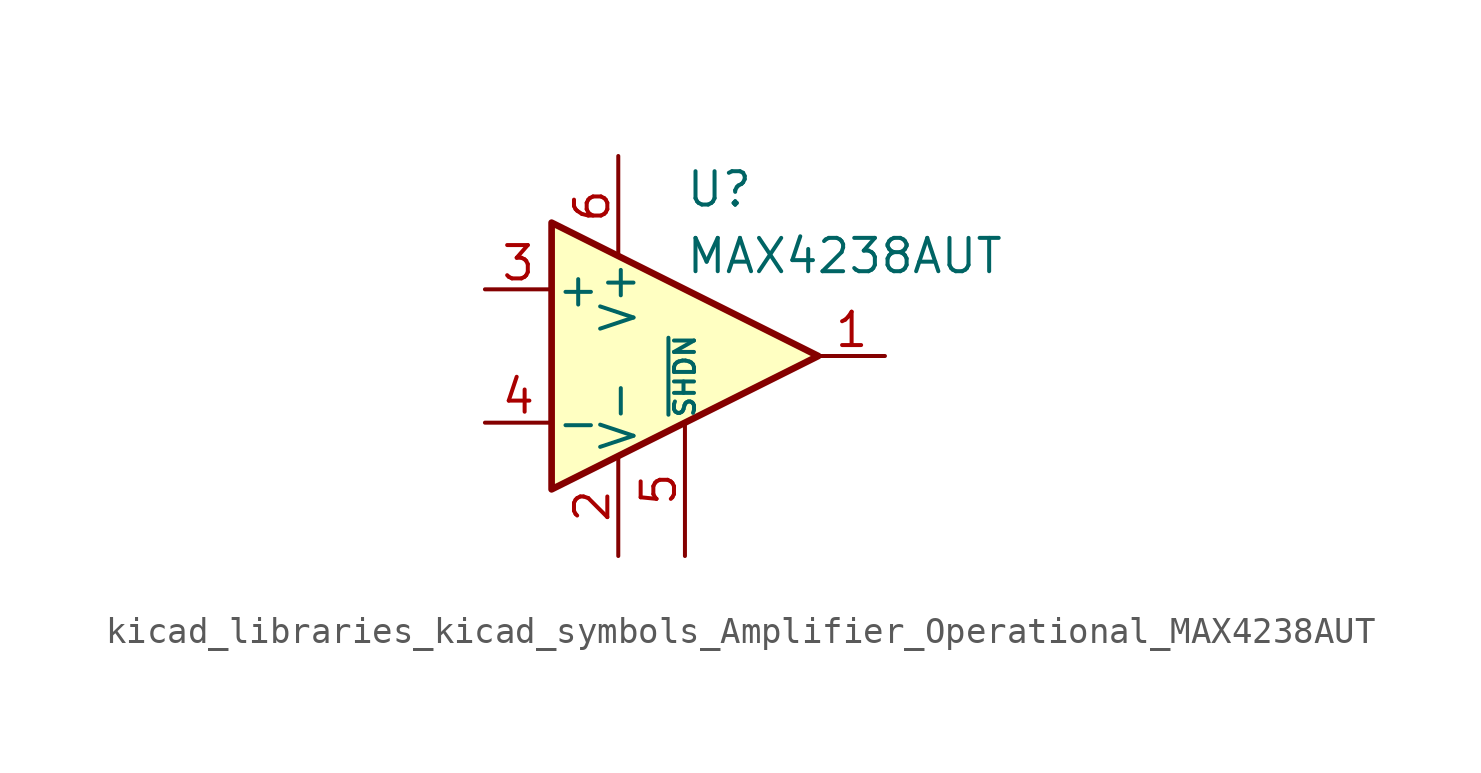
<source format=kicad_sym>
(kicad_symbol_lib
  (version 20220914)
  (generator kicad_symbol_editor)
  (symbol "kicad_libraries_kicad_symbols_Amplifier_Operational_MAX4238AUT"
    (pin_names
      (offset 0.127))
    (property "Reference" "U"
      (at 0 6.35 0)
      (effects (font (size 1.27 1.27)) (justify left)))
    (property "Value" "MAX4238AUT"
      (at 0 3.81 0)
      (effects (font (size 1.27 1.27)) (justify left)))
    (symbol "kicad_libraries_kicad_symbols_Amplifier_Operational_MAX4238AUT_0_1"
      (polyline (pts (xy -5.08 5.08) (xy 5.08 0) (xy -5.08 -5.08) (xy -5.08 5.08)) (stroke (width 0.254) (type default)) (fill (type background))))
    (symbol "kicad_libraries_kicad_symbols_Amplifier_Operational_MAX4238AUT_1_1"
      (pin output line (at 7.62 0 180) (length 2.54) (name "~" (effects (font (size 1.27 1.27)))) (number "1" (effects (font (size 1.27 1.27)))))
      (pin power_in line (at -2.54 -7.62 90) (length 3.81) (name "V-" (effects (font (size 1.27 1.27)))) (number "2" (effects (font (size 1.27 1.27)))))
      (pin input line (at -7.62 2.54 0) (length 2.54) (name "+" (effects (font (size 1.27 1.27)))) (number "3" (effects (font (size 1.27 1.27)))))
      (pin input line (at -7.62 -2.54 0) (length 2.54) (name "-" (effects (font (size 1.27 1.27)))) (number "4" (effects (font (size 1.27 1.27)))))
      (pin input line (at 0 -7.62 90) (length 5.08) (name "~{SHDN}" (effects (font (size 0.762 0.762)))) (number "5" (effects (font (size 1.27 1.27)))))
      (pin power_in line (at -2.54 7.62 270) (length 3.81) (name "V+" (effects (font (size 1.27 1.27)))) (number "6" (effects (font (size 1.27 1.27))))))))
</source>
